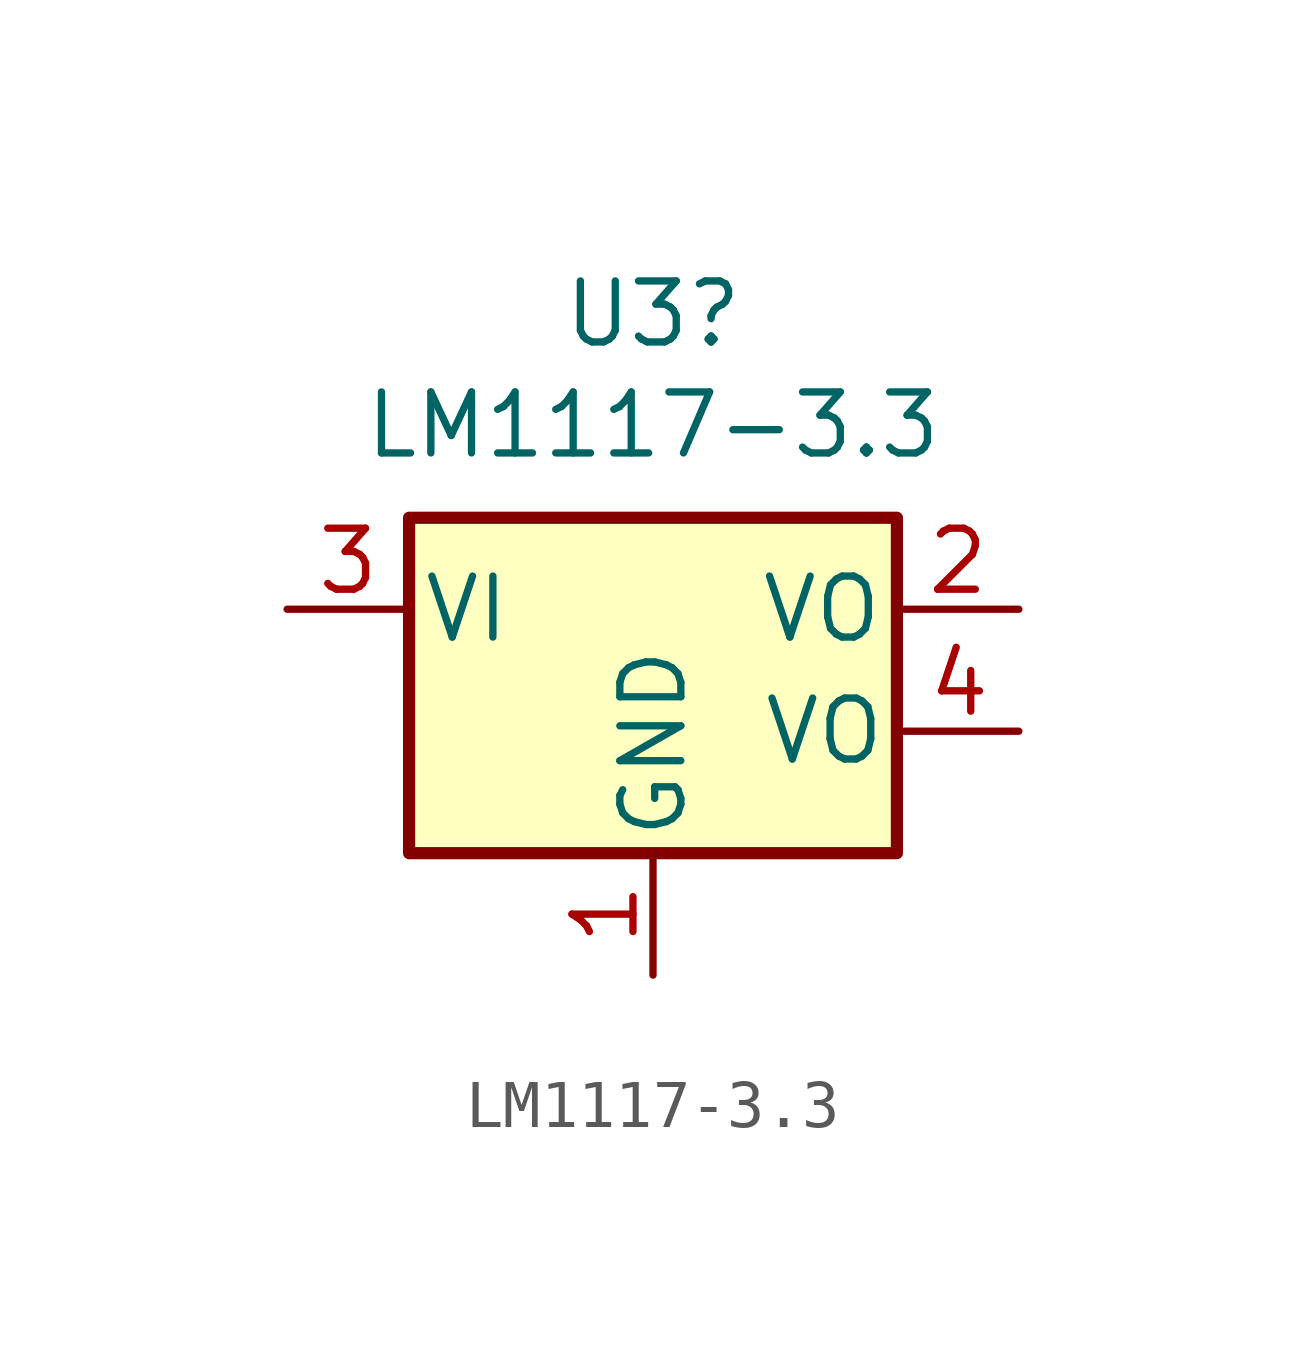
<source format=kicad_sym>
(kicad_symbol_lib
  (version 20211014)
  (generator kicad_symbol_editor)
  (symbol "LM1117-3.3"
    (pin_names
      (offset 0.254))
    (property "Reference" "U3"
      (at 0 6.147 0)
      (effects (font (size 1.27 1.27))))
    (property "Value" "LM1117-3.3"
      (at 0 3.835 0)
      (effects (font (size 1.27 1.27))))
    (symbol "LM1117-3.3_0_1"
      (rectangle (start -5.08 -5.08) (end 5.08 1.905) (stroke (width 0.254) (type default) (color 0 0 0 0)) (fill (type background))))
    (symbol "LM1117-3.3_1_1"
      (pin power_in line (at 0 -7.62 90) (length 2.54) (name "GND" (effects (font (size 1.27 1.27)))) (number "1" (effects (font (size 1.27 1.27)))))
      (pin power_out line (at 7.62 0 180) (length 2.54) (name "VO" (effects (font (size 1.27 1.27)))) (number "2" (effects (font (size 1.27 1.27)))))
      (pin power_in line (at -7.62 0 0) (length 2.54) (name "VI" (effects (font (size 1.27 1.27)))) (number "3" (effects (font (size 1.27 1.27)))))
      (pin input line (at 7.62 -2.54 180) (length 2.489) (name "VO" (effects (font (size 1.27 1.27)))) (number "4" (effects (font (size 1.27 1.27))))))))
</source>
